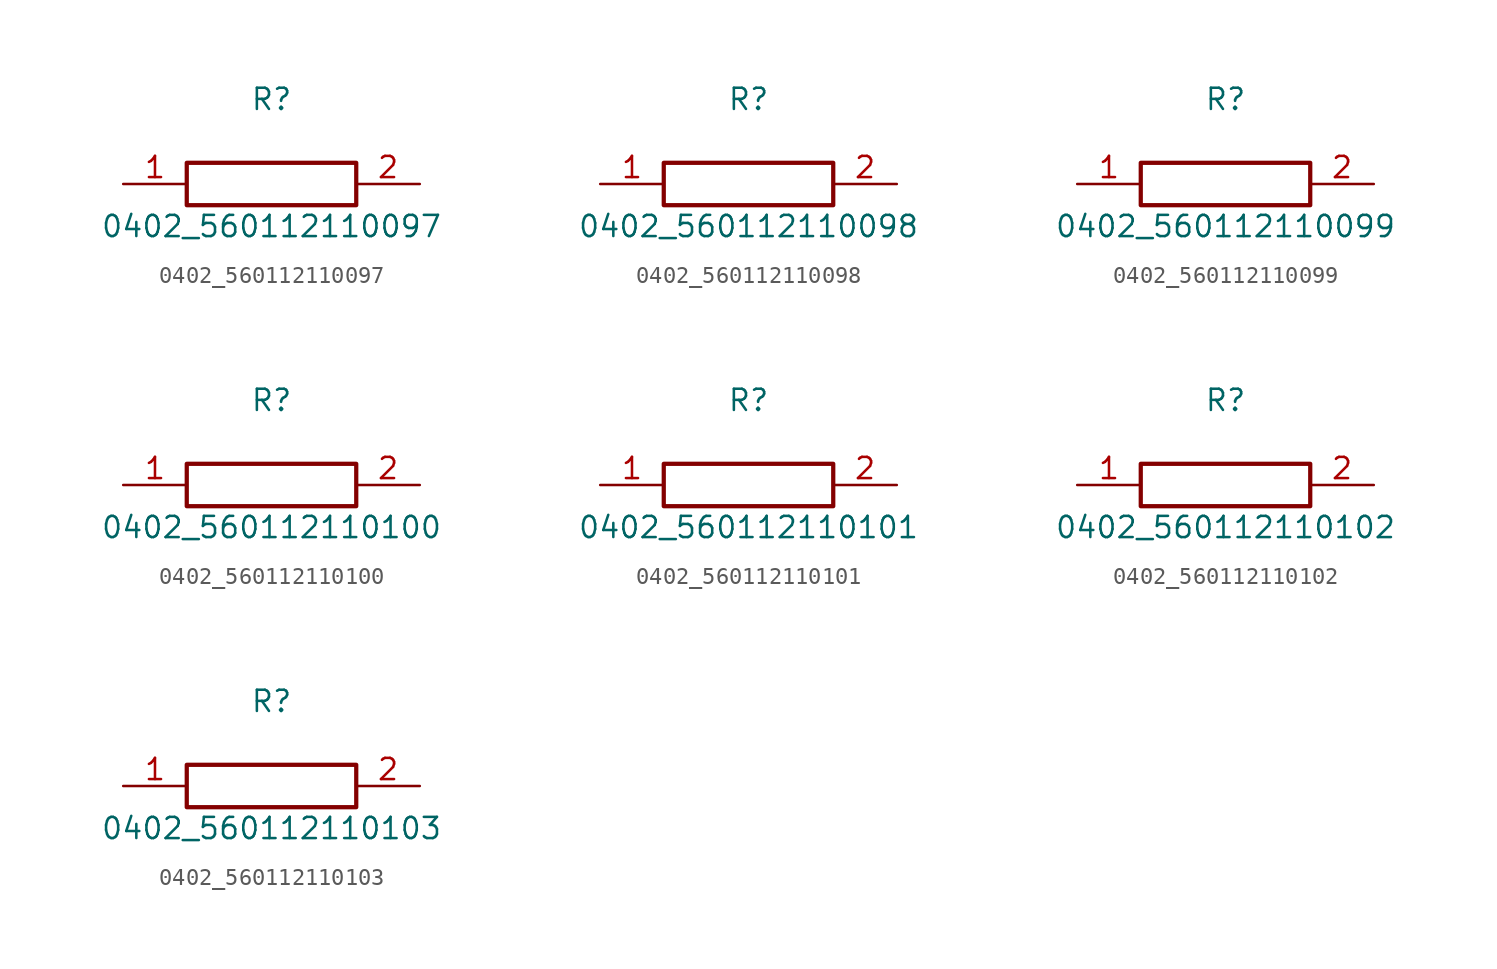
<source format=kicad_sym>
(kicad_symbol_lib
  (version 20211014)
  (generator kicad_symbol_editor)
  (symbol "Resistor_Wurth_WRIS-RSKS:0402_560112110097"
    (pin_names hide)
    (property "Reference" "R"
      (at 0 5.08 0)
      (effects (font (size 1.27 1.27))))
    (property "Value" "0402_560112110097"
      (at 0 -2.54 0)
      (effects (font (size 1.27 1.27))))
    (symbol "0402_560112110097_0_1"
      (rectangle (start -5.08 1.27) (end 5.08 -1.27) (stroke (width 0.254) (type solid)) (fill (type none)))
      (pin passive line (at -8.89 0 0) (length 3.81) (name "1" (effects (font (size 1.27 1.27)))) (number "1" (effects (font (size 1.27 1.27)))))
      (pin passive line (at 8.89 0 180) (length 3.81) (name "2" (effects (font (size 1.27 1.27)))) (number "2" (effects (font (size 1.27 1.27)))))))
  (symbol "Resistor_Wurth_WRIS-RSKS:0402_560112110098"
    (pin_names hide)
    (property "Reference" "R"
      (at 0 5.08 0)
      (effects (font (size 1.27 1.27))))
    (property "Value" "0402_560112110098"
      (at 0 -2.54 0)
      (effects (font (size 1.27 1.27))))
    (symbol "0402_560112110098_0_1"
      (rectangle (start -5.08 1.27) (end 5.08 -1.27) (stroke (width 0.254) (type solid)) (fill (type none)))
      (pin passive line (at -8.89 0 0) (length 3.81) (name "1" (effects (font (size 1.27 1.27)))) (number "1" (effects (font (size 1.27 1.27)))))
      (pin passive line (at 8.89 0 180) (length 3.81) (name "2" (effects (font (size 1.27 1.27)))) (number "2" (effects (font (size 1.27 1.27)))))))
  (symbol "Resistor_Wurth_WRIS-RSKS:0402_560112110099"
    (pin_names hide)
    (property "Reference" "R"
      (at 0 5.08 0)
      (effects (font (size 1.27 1.27))))
    (property "Value" "0402_560112110099"
      (at 0 -2.54 0)
      (effects (font (size 1.27 1.27))))
    (symbol "0402_560112110099_0_1"
      (rectangle (start -5.08 1.27) (end 5.08 -1.27) (stroke (width 0.254) (type solid)) (fill (type none)))
      (pin passive line (at -8.89 0 0) (length 3.81) (name "1" (effects (font (size 1.27 1.27)))) (number "1" (effects (font (size 1.27 1.27)))))
      (pin passive line (at 8.89 0 180) (length 3.81) (name "2" (effects (font (size 1.27 1.27)))) (number "2" (effects (font (size 1.27 1.27)))))))
  (symbol "Resistor_Wurth_WRIS-RSKS:0402_560112110100"
    (pin_names hide)
    (property "Reference" "R"
      (at 0 5.08 0)
      (effects (font (size 1.27 1.27))))
    (property "Value" "0402_560112110100"
      (at 0 -2.54 0)
      (effects (font (size 1.27 1.27))))
    (symbol "0402_560112110100_0_1"
      (rectangle (start -5.08 1.27) (end 5.08 -1.27) (stroke (width 0.254) (type solid)) (fill (type none)))
      (pin passive line (at -8.89 0 0) (length 3.81) (name "1" (effects (font (size 1.27 1.27)))) (number "1" (effects (font (size 1.27 1.27)))))
      (pin passive line (at 8.89 0 180) (length 3.81) (name "2" (effects (font (size 1.27 1.27)))) (number "2" (effects (font (size 1.27 1.27)))))))
  (symbol "Resistor_Wurth_WRIS-RSKS:0402_560112110101"
    (pin_names hide)
    (property "Reference" "R"
      (at 0 5.08 0)
      (effects (font (size 1.27 1.27))))
    (property "Value" "0402_560112110101"
      (at 0 -2.54 0)
      (effects (font (size 1.27 1.27))))
    (symbol "0402_560112110101_0_1"
      (rectangle (start -5.08 1.27) (end 5.08 -1.27) (stroke (width 0.254) (type solid)) (fill (type none)))
      (pin passive line (at -8.89 0 0) (length 3.81) (name "1" (effects (font (size 1.27 1.27)))) (number "1" (effects (font (size 1.27 1.27)))))
      (pin passive line (at 8.89 0 180) (length 3.81) (name "2" (effects (font (size 1.27 1.27)))) (number "2" (effects (font (size 1.27 1.27)))))))
  (symbol "Resistor_Wurth_WRIS-RSKS:0402_560112110102"
    (pin_names hide)
    (property "Reference" "R"
      (at 0 5.08 0)
      (effects (font (size 1.27 1.27))))
    (property "Value" "0402_560112110102"
      (at 0 -2.54 0)
      (effects (font (size 1.27 1.27))))
    (symbol "0402_560112110102_0_1"
      (rectangle (start -5.08 1.27) (end 5.08 -1.27) (stroke (width 0.254) (type solid)) (fill (type none)))
      (pin passive line (at -8.89 0 0) (length 3.81) (name "1" (effects (font (size 1.27 1.27)))) (number "1" (effects (font (size 1.27 1.27)))))
      (pin passive line (at 8.89 0 180) (length 3.81) (name "2" (effects (font (size 1.27 1.27)))) (number "2" (effects (font (size 1.27 1.27)))))))
  (symbol "Resistor_Wurth_WRIS-RSKS:0402_560112110103"
    (pin_names hide)
    (property "Reference" "R"
      (at 0 5.08 0)
      (effects (font (size 1.27 1.27))))
    (property "Value" "0402_560112110103"
      (at 0 -2.54 0)
      (effects (font (size 1.27 1.27))))
    (symbol "0402_560112110103_0_1"
      (rectangle (start -5.08 1.27) (end 5.08 -1.27) (stroke (width 0.254) (type solid)) (fill (type none)))
      (pin passive line (at -8.89 0 0) (length 3.81) (name "1" (effects (font (size 1.27 1.27)))) (number "1" (effects (font (size 1.27 1.27)))))
      (pin passive line (at 8.89 0 180) (length 3.81) (name "2" (effects (font (size 1.27 1.27)))) (number "2" (effects (font (size 1.27 1.27))))))))
</source>
